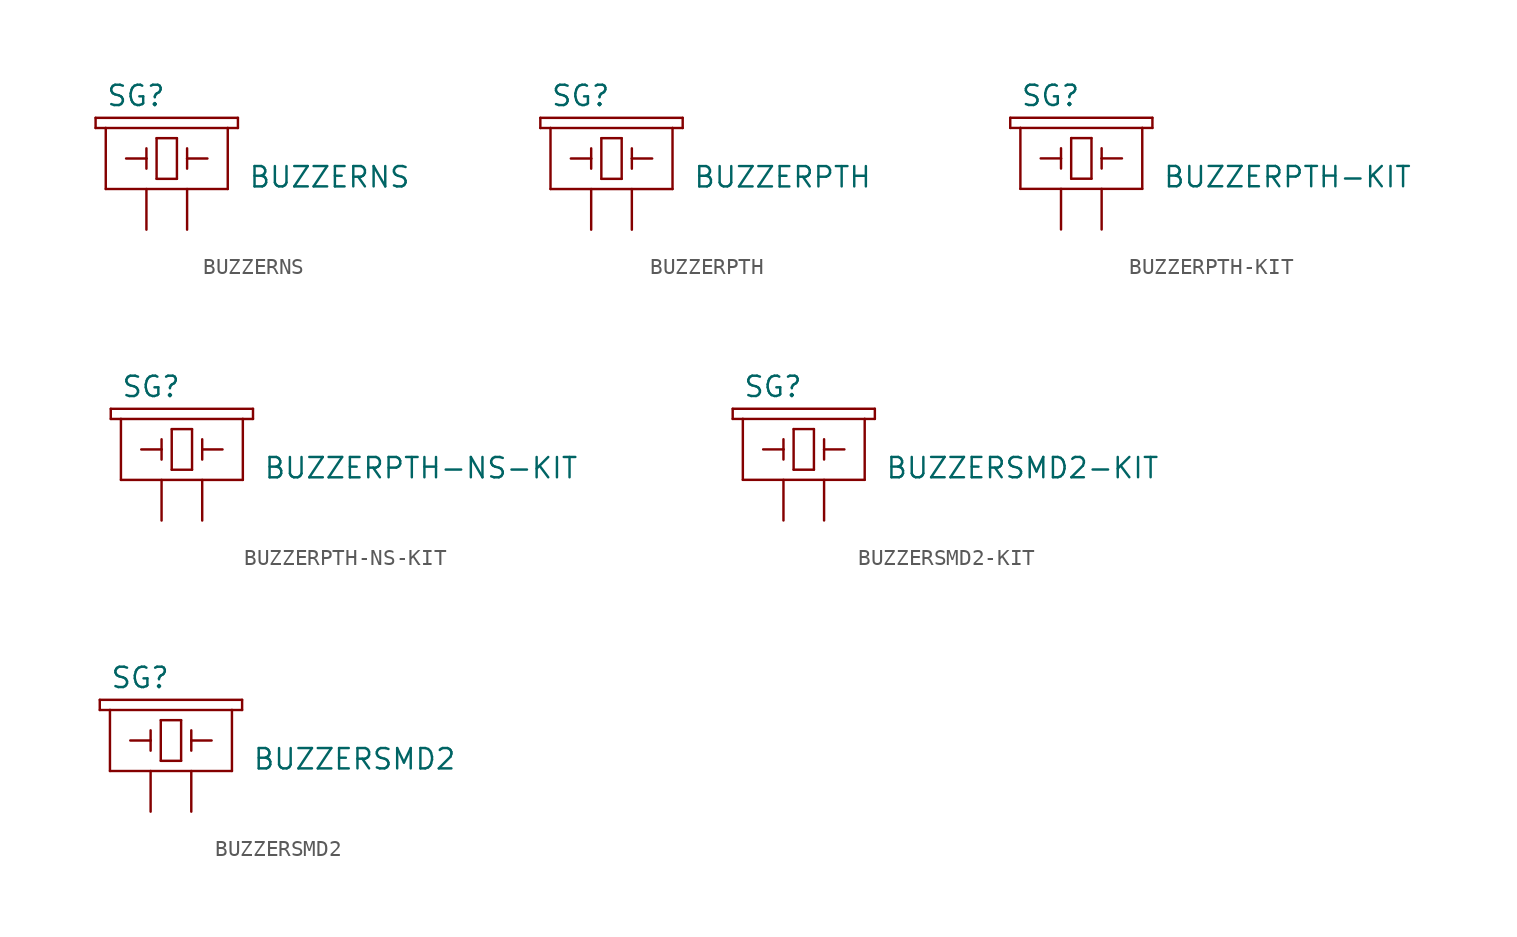
<source format=kicad_sym>
(kicad_symbol_lib
  (version 20220914)
  (generator kicad_symbol_editor)
  (symbol "BUZZERNS"
    (pin_numbers hide)
    (pin_names
      (offset 1.016) hide)
    (property "Reference" "SG"
      (at -2.54 5.08 0)
      (effects (font (size 1.27 1.27)) (justify left bottom)))
    (property "Value" "BUZZERNS"
      (at 6.35 0 0)
      (effects (font (size 1.27 1.27)) (justify left bottom)))
    (property "ki_locked" ""
      (at 0 0 0)
      (effects (font (size 1.27 1.27))))
    (symbol "BUZZERNS_1_0"
      (polyline (pts (xy -3.175 3.81) (xy -2.54 3.81)) (stroke (width 0) (type solid)) (fill (type none)))
      (polyline (pts (xy -3.175 4.445) (xy -3.175 3.81)) (stroke (width 0) (type solid)) (fill (type none)))
      (polyline (pts (xy -2.54 0) (xy 5.08 0)) (stroke (width 0) (type solid)) (fill (type none)))
      (polyline (pts (xy -2.54 3.81) (xy -2.54 0)) (stroke (width 0) (type solid)) (fill (type none)))
      (polyline (pts (xy -2.54 3.81) (xy 5.08 3.81)) (stroke (width 0) (type solid)) (fill (type none)))
      (polyline (pts (xy -1.27 1.905) (xy 0 1.905)) (stroke (width 0) (type solid)) (fill (type none)))
      (polyline (pts (xy 0 1.905) (xy 0 1.27)) (stroke (width 0) (type solid)) (fill (type none)))
      (polyline (pts (xy 0 1.905) (xy 0 2.54)) (stroke (width 0) (type solid)) (fill (type none)))
      (polyline (pts (xy 0.635 0.635) (xy 1.905 0.635)) (stroke (width 0) (type solid)) (fill (type none)))
      (polyline (pts (xy 0.635 3.175) (xy 0.635 0.635)) (stroke (width 0) (type solid)) (fill (type none)))
      (polyline (pts (xy 1.905 0.635) (xy 1.905 3.175)) (stroke (width 0) (type solid)) (fill (type none)))
      (polyline (pts (xy 1.905 3.175) (xy 0.635 3.175)) (stroke (width 0) (type solid)) (fill (type none)))
      (polyline (pts (xy 2.54 1.905) (xy 2.54 1.27)) (stroke (width 0) (type solid)) (fill (type none)))
      (polyline (pts (xy 2.54 1.905) (xy 3.81 1.905)) (stroke (width 0) (type solid)) (fill (type none)))
      (polyline (pts (xy 2.54 2.54) (xy 2.54 1.905)) (stroke (width 0) (type solid)) (fill (type none)))
      (polyline (pts (xy 5.08 0) (xy 5.08 3.81)) (stroke (width 0) (type solid)) (fill (type none)))
      (polyline (pts (xy 5.08 3.81) (xy 5.715 3.81)) (stroke (width 0) (type solid)) (fill (type none)))
      (polyline (pts (xy 5.715 3.81) (xy 5.715 4.445)) (stroke (width 0) (type solid)) (fill (type none)))
      (polyline (pts (xy 5.715 4.445) (xy -3.175 4.445)) (stroke (width 0) (type solid)) (fill (type none))))
    (symbol "BUZZERNS_1_1"
      (pin passive line (at 0 -2.54 90) (length 2.54) (name "1" (effects (font (size 1.016 1.016)))) (number "+" (effects (font (size 1.016 1.016)))))
      (pin passive line (at 2.54 -2.54 90) (length 2.54) (name "2" (effects (font (size 1.016 1.016)))) (number "-" (effects (font (size 1.016 1.016)))))))
  (symbol "BUZZERPTH"
    (pin_numbers hide)
    (pin_names
      (offset 1.016) hide)
    (property "Reference" "SG"
      (at -2.54 5.08 0)
      (effects (font (size 1.27 1.27)) (justify left bottom)))
    (property "Value" "BUZZERPTH"
      (at 6.35 0 0)
      (effects (font (size 1.27 1.27)) (justify left bottom)))
    (property "ki_locked" ""
      (at 0 0 0)
      (effects (font (size 1.27 1.27))))
    (symbol "BUZZERPTH_1_0"
      (polyline (pts (xy -3.175 3.81) (xy -2.54 3.81)) (stroke (width 0) (type solid)) (fill (type none)))
      (polyline (pts (xy -3.175 4.445) (xy -3.175 3.81)) (stroke (width 0) (type solid)) (fill (type none)))
      (polyline (pts (xy -2.54 0) (xy 5.08 0)) (stroke (width 0) (type solid)) (fill (type none)))
      (polyline (pts (xy -2.54 3.81) (xy -2.54 0)) (stroke (width 0) (type solid)) (fill (type none)))
      (polyline (pts (xy -2.54 3.81) (xy 5.08 3.81)) (stroke (width 0) (type solid)) (fill (type none)))
      (polyline (pts (xy -1.27 1.905) (xy 0 1.905)) (stroke (width 0) (type solid)) (fill (type none)))
      (polyline (pts (xy 0 1.905) (xy 0 1.27)) (stroke (width 0) (type solid)) (fill (type none)))
      (polyline (pts (xy 0 1.905) (xy 0 2.54)) (stroke (width 0) (type solid)) (fill (type none)))
      (polyline (pts (xy 0.635 0.635) (xy 1.905 0.635)) (stroke (width 0) (type solid)) (fill (type none)))
      (polyline (pts (xy 0.635 3.175) (xy 0.635 0.635)) (stroke (width 0) (type solid)) (fill (type none)))
      (polyline (pts (xy 1.905 0.635) (xy 1.905 3.175)) (stroke (width 0) (type solid)) (fill (type none)))
      (polyline (pts (xy 1.905 3.175) (xy 0.635 3.175)) (stroke (width 0) (type solid)) (fill (type none)))
      (polyline (pts (xy 2.54 1.905) (xy 2.54 1.27)) (stroke (width 0) (type solid)) (fill (type none)))
      (polyline (pts (xy 2.54 1.905) (xy 3.81 1.905)) (stroke (width 0) (type solid)) (fill (type none)))
      (polyline (pts (xy 2.54 2.54) (xy 2.54 1.905)) (stroke (width 0) (type solid)) (fill (type none)))
      (polyline (pts (xy 5.08 0) (xy 5.08 3.81)) (stroke (width 0) (type solid)) (fill (type none)))
      (polyline (pts (xy 5.08 3.81) (xy 5.715 3.81)) (stroke (width 0) (type solid)) (fill (type none)))
      (polyline (pts (xy 5.715 3.81) (xy 5.715 4.445)) (stroke (width 0) (type solid)) (fill (type none)))
      (polyline (pts (xy 5.715 4.445) (xy -3.175 4.445)) (stroke (width 0) (type solid)) (fill (type none))))
    (symbol "BUZZERPTH_1_1"
      (pin passive line (at 0 -2.54 90) (length 2.54) (name "1" (effects (font (size 1.016 1.016)))) (number "+" (effects (font (size 1.016 1.016)))))
      (pin passive line (at 2.54 -2.54 90) (length 2.54) (name "2" (effects (font (size 1.016 1.016)))) (number "-" (effects (font (size 1.016 1.016)))))))
  (symbol "BUZZERPTH-KIT"
    (pin_numbers hide)
    (pin_names
      (offset 1.016) hide)
    (property "Reference" "SG"
      (at -2.54 5.08 0)
      (effects (font (size 1.27 1.27)) (justify left bottom)))
    (property "Value" "BUZZERPTH-KIT"
      (at 6.35 0 0)
      (effects (font (size 1.27 1.27)) (justify left bottom)))
    (property "ki_locked" ""
      (at 0 0 0)
      (effects (font (size 1.27 1.27))))
    (symbol "BUZZERPTH-KIT_1_0"
      (polyline (pts (xy -3.175 3.81) (xy -2.54 3.81)) (stroke (width 0) (type solid)) (fill (type none)))
      (polyline (pts (xy -3.175 4.445) (xy -3.175 3.81)) (stroke (width 0) (type solid)) (fill (type none)))
      (polyline (pts (xy -2.54 0) (xy 5.08 0)) (stroke (width 0) (type solid)) (fill (type none)))
      (polyline (pts (xy -2.54 3.81) (xy -2.54 0)) (stroke (width 0) (type solid)) (fill (type none)))
      (polyline (pts (xy -2.54 3.81) (xy 5.08 3.81)) (stroke (width 0) (type solid)) (fill (type none)))
      (polyline (pts (xy -1.27 1.905) (xy 0 1.905)) (stroke (width 0) (type solid)) (fill (type none)))
      (polyline (pts (xy 0 1.905) (xy 0 1.27)) (stroke (width 0) (type solid)) (fill (type none)))
      (polyline (pts (xy 0 1.905) (xy 0 2.54)) (stroke (width 0) (type solid)) (fill (type none)))
      (polyline (pts (xy 0.635 0.635) (xy 1.905 0.635)) (stroke (width 0) (type solid)) (fill (type none)))
      (polyline (pts (xy 0.635 3.175) (xy 0.635 0.635)) (stroke (width 0) (type solid)) (fill (type none)))
      (polyline (pts (xy 1.905 0.635) (xy 1.905 3.175)) (stroke (width 0) (type solid)) (fill (type none)))
      (polyline (pts (xy 1.905 3.175) (xy 0.635 3.175)) (stroke (width 0) (type solid)) (fill (type none)))
      (polyline (pts (xy 2.54 1.905) (xy 2.54 1.27)) (stroke (width 0) (type solid)) (fill (type none)))
      (polyline (pts (xy 2.54 1.905) (xy 3.81 1.905)) (stroke (width 0) (type solid)) (fill (type none)))
      (polyline (pts (xy 2.54 2.54) (xy 2.54 1.905)) (stroke (width 0) (type solid)) (fill (type none)))
      (polyline (pts (xy 5.08 0) (xy 5.08 3.81)) (stroke (width 0) (type solid)) (fill (type none)))
      (polyline (pts (xy 5.08 3.81) (xy 5.715 3.81)) (stroke (width 0) (type solid)) (fill (type none)))
      (polyline (pts (xy 5.715 3.81) (xy 5.715 4.445)) (stroke (width 0) (type solid)) (fill (type none)))
      (polyline (pts (xy 5.715 4.445) (xy -3.175 4.445)) (stroke (width 0) (type solid)) (fill (type none))))
    (symbol "BUZZERPTH-KIT_1_1"
      (pin passive line (at 0 -2.54 90) (length 2.54) (name "1" (effects (font (size 1.016 1.016)))) (number "+" (effects (font (size 1.016 1.016)))))
      (pin passive line (at 2.54 -2.54 90) (length 2.54) (name "2" (effects (font (size 1.016 1.016)))) (number "-" (effects (font (size 1.016 1.016)))))))
  (symbol "BUZZERPTH-NS-KIT"
    (pin_numbers hide)
    (pin_names
      (offset 1.016) hide)
    (property "Reference" "SG"
      (at -2.54 5.08 0)
      (effects (font (size 1.27 1.27)) (justify left bottom)))
    (property "Value" "BUZZERPTH-NS-KIT"
      (at 6.35 0 0)
      (effects (font (size 1.27 1.27)) (justify left bottom)))
    (property "ki_locked" ""
      (at 0 0 0)
      (effects (font (size 1.27 1.27))))
    (symbol "BUZZERPTH-NS-KIT_1_0"
      (polyline (pts (xy -3.175 3.81) (xy -2.54 3.81)) (stroke (width 0) (type solid)) (fill (type none)))
      (polyline (pts (xy -3.175 4.445) (xy -3.175 3.81)) (stroke (width 0) (type solid)) (fill (type none)))
      (polyline (pts (xy -2.54 0) (xy 5.08 0)) (stroke (width 0) (type solid)) (fill (type none)))
      (polyline (pts (xy -2.54 3.81) (xy -2.54 0)) (stroke (width 0) (type solid)) (fill (type none)))
      (polyline (pts (xy -2.54 3.81) (xy 5.08 3.81)) (stroke (width 0) (type solid)) (fill (type none)))
      (polyline (pts (xy -1.27 1.905) (xy 0 1.905)) (stroke (width 0) (type solid)) (fill (type none)))
      (polyline (pts (xy 0 1.905) (xy 0 1.27)) (stroke (width 0) (type solid)) (fill (type none)))
      (polyline (pts (xy 0 1.905) (xy 0 2.54)) (stroke (width 0) (type solid)) (fill (type none)))
      (polyline (pts (xy 0.635 0.635) (xy 1.905 0.635)) (stroke (width 0) (type solid)) (fill (type none)))
      (polyline (pts (xy 0.635 3.175) (xy 0.635 0.635)) (stroke (width 0) (type solid)) (fill (type none)))
      (polyline (pts (xy 1.905 0.635) (xy 1.905 3.175)) (stroke (width 0) (type solid)) (fill (type none)))
      (polyline (pts (xy 1.905 3.175) (xy 0.635 3.175)) (stroke (width 0) (type solid)) (fill (type none)))
      (polyline (pts (xy 2.54 1.905) (xy 2.54 1.27)) (stroke (width 0) (type solid)) (fill (type none)))
      (polyline (pts (xy 2.54 1.905) (xy 3.81 1.905)) (stroke (width 0) (type solid)) (fill (type none)))
      (polyline (pts (xy 2.54 2.54) (xy 2.54 1.905)) (stroke (width 0) (type solid)) (fill (type none)))
      (polyline (pts (xy 5.08 0) (xy 5.08 3.81)) (stroke (width 0) (type solid)) (fill (type none)))
      (polyline (pts (xy 5.08 3.81) (xy 5.715 3.81)) (stroke (width 0) (type solid)) (fill (type none)))
      (polyline (pts (xy 5.715 3.81) (xy 5.715 4.445)) (stroke (width 0) (type solid)) (fill (type none)))
      (polyline (pts (xy 5.715 4.445) (xy -3.175 4.445)) (stroke (width 0) (type solid)) (fill (type none))))
    (symbol "BUZZERPTH-NS-KIT_1_1"
      (pin passive line (at 0 -2.54 90) (length 2.54) (name "1" (effects (font (size 1.016 1.016)))) (number "+" (effects (font (size 1.016 1.016)))))
      (pin passive line (at 2.54 -2.54 90) (length 2.54) (name "2" (effects (font (size 1.016 1.016)))) (number "-" (effects (font (size 1.016 1.016)))))))
  (symbol "BUZZERSMD2-KIT"
    (pin_numbers hide)
    (pin_names
      (offset 1.016) hide)
    (property "Reference" "SG"
      (at -2.54 5.08 0)
      (effects (font (size 1.27 1.27)) (justify left bottom)))
    (property "Value" "BUZZERSMD2-KIT"
      (at 6.35 0 0)
      (effects (font (size 1.27 1.27)) (justify left bottom)))
    (property "ki_locked" ""
      (at 0 0 0)
      (effects (font (size 1.27 1.27))))
    (symbol "BUZZERSMD2-KIT_1_0"
      (polyline (pts (xy -3.175 3.81) (xy -2.54 3.81)) (stroke (width 0) (type solid)) (fill (type none)))
      (polyline (pts (xy -3.175 4.445) (xy -3.175 3.81)) (stroke (width 0) (type solid)) (fill (type none)))
      (polyline (pts (xy -2.54 0) (xy 5.08 0)) (stroke (width 0) (type solid)) (fill (type none)))
      (polyline (pts (xy -2.54 3.81) (xy -2.54 0)) (stroke (width 0) (type solid)) (fill (type none)))
      (polyline (pts (xy -2.54 3.81) (xy 5.08 3.81)) (stroke (width 0) (type solid)) (fill (type none)))
      (polyline (pts (xy -1.27 1.905) (xy 0 1.905)) (stroke (width 0) (type solid)) (fill (type none)))
      (polyline (pts (xy 0 1.905) (xy 0 1.27)) (stroke (width 0) (type solid)) (fill (type none)))
      (polyline (pts (xy 0 1.905) (xy 0 2.54)) (stroke (width 0) (type solid)) (fill (type none)))
      (polyline (pts (xy 0.635 0.635) (xy 1.905 0.635)) (stroke (width 0) (type solid)) (fill (type none)))
      (polyline (pts (xy 0.635 3.175) (xy 0.635 0.635)) (stroke (width 0) (type solid)) (fill (type none)))
      (polyline (pts (xy 1.905 0.635) (xy 1.905 3.175)) (stroke (width 0) (type solid)) (fill (type none)))
      (polyline (pts (xy 1.905 3.175) (xy 0.635 3.175)) (stroke (width 0) (type solid)) (fill (type none)))
      (polyline (pts (xy 2.54 1.905) (xy 2.54 1.27)) (stroke (width 0) (type solid)) (fill (type none)))
      (polyline (pts (xy 2.54 1.905) (xy 3.81 1.905)) (stroke (width 0) (type solid)) (fill (type none)))
      (polyline (pts (xy 2.54 2.54) (xy 2.54 1.905)) (stroke (width 0) (type solid)) (fill (type none)))
      (polyline (pts (xy 5.08 0) (xy 5.08 3.81)) (stroke (width 0) (type solid)) (fill (type none)))
      (polyline (pts (xy 5.08 3.81) (xy 5.715 3.81)) (stroke (width 0) (type solid)) (fill (type none)))
      (polyline (pts (xy 5.715 3.81) (xy 5.715 4.445)) (stroke (width 0) (type solid)) (fill (type none)))
      (polyline (pts (xy 5.715 4.445) (xy -3.175 4.445)) (stroke (width 0) (type solid)) (fill (type none))))
    (symbol "BUZZERSMD2-KIT_1_1"
      (pin passive line (at 0 -2.54 90) (length 2.54) (name "1" (effects (font (size 1.016 1.016)))) (number "+" (effects (font (size 1.016 1.016)))))
      (pin passive line (at 2.54 -2.54 90) (length 2.54) (name "2" (effects (font (size 1.016 1.016)))) (number "-" (effects (font (size 1.016 1.016)))))))
  (symbol "BUZZERSMD2"
    (pin_numbers hide)
    (pin_names
      (offset 1.016) hide)
    (property "Reference" "SG"
      (at -2.54 5.08 0)
      (effects (font (size 1.27 1.27)) (justify left bottom)))
    (property "Value" "BUZZERSMD2"
      (at 6.35 0 0)
      (effects (font (size 1.27 1.27)) (justify left bottom)))
    (property "ki_locked" ""
      (at 0 0 0)
      (effects (font (size 1.27 1.27))))
    (symbol "BUZZERSMD2_1_0"
      (polyline (pts (xy -3.175 3.81) (xy -2.54 3.81)) (stroke (width 0) (type solid)) (fill (type none)))
      (polyline (pts (xy -3.175 4.445) (xy -3.175 3.81)) (stroke (width 0) (type solid)) (fill (type none)))
      (polyline (pts (xy -2.54 0) (xy 5.08 0)) (stroke (width 0) (type solid)) (fill (type none)))
      (polyline (pts (xy -2.54 3.81) (xy -2.54 0)) (stroke (width 0) (type solid)) (fill (type none)))
      (polyline (pts (xy -2.54 3.81) (xy 5.08 3.81)) (stroke (width 0) (type solid)) (fill (type none)))
      (polyline (pts (xy -1.27 1.905) (xy 0 1.905)) (stroke (width 0) (type solid)) (fill (type none)))
      (polyline (pts (xy 0 1.905) (xy 0 1.27)) (stroke (width 0) (type solid)) (fill (type none)))
      (polyline (pts (xy 0 1.905) (xy 0 2.54)) (stroke (width 0) (type solid)) (fill (type none)))
      (polyline (pts (xy 0.635 0.635) (xy 1.905 0.635)) (stroke (width 0) (type solid)) (fill (type none)))
      (polyline (pts (xy 0.635 3.175) (xy 0.635 0.635)) (stroke (width 0) (type solid)) (fill (type none)))
      (polyline (pts (xy 1.905 0.635) (xy 1.905 3.175)) (stroke (width 0) (type solid)) (fill (type none)))
      (polyline (pts (xy 1.905 3.175) (xy 0.635 3.175)) (stroke (width 0) (type solid)) (fill (type none)))
      (polyline (pts (xy 2.54 1.905) (xy 2.54 1.27)) (stroke (width 0) (type solid)) (fill (type none)))
      (polyline (pts (xy 2.54 1.905) (xy 3.81 1.905)) (stroke (width 0) (type solid)) (fill (type none)))
      (polyline (pts (xy 2.54 2.54) (xy 2.54 1.905)) (stroke (width 0) (type solid)) (fill (type none)))
      (polyline (pts (xy 5.08 0) (xy 5.08 3.81)) (stroke (width 0) (type solid)) (fill (type none)))
      (polyline (pts (xy 5.08 3.81) (xy 5.715 3.81)) (stroke (width 0) (type solid)) (fill (type none)))
      (polyline (pts (xy 5.715 3.81) (xy 5.715 4.445)) (stroke (width 0) (type solid)) (fill (type none)))
      (polyline (pts (xy 5.715 4.445) (xy -3.175 4.445)) (stroke (width 0) (type solid)) (fill (type none))))
    (symbol "BUZZERSMD2_1_1"
      (pin passive line (at 0 -2.54 90) (length 2.54) (name "1" (effects (font (size 1.016 1.016)))) (number "+" (effects (font (size 1.016 1.016)))))
      (pin passive line (at 2.54 -2.54 90) (length 2.54) (name "2" (effects (font (size 1.016 1.016)))) (number "-" (effects (font (size 1.016 1.016))))))))
</source>
